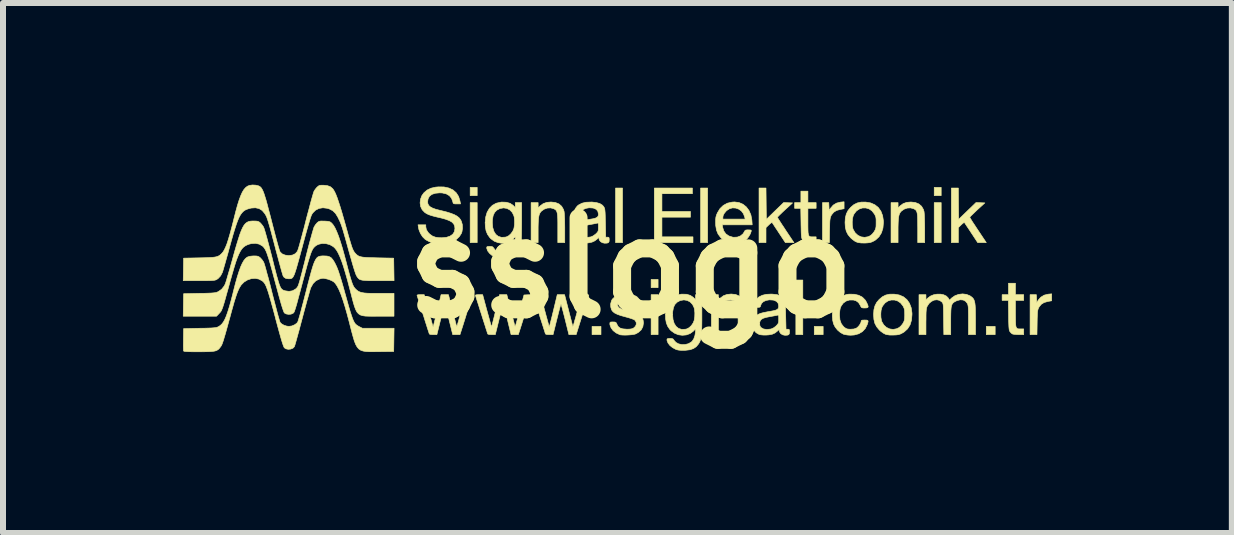
<source format=kicad_pcb>
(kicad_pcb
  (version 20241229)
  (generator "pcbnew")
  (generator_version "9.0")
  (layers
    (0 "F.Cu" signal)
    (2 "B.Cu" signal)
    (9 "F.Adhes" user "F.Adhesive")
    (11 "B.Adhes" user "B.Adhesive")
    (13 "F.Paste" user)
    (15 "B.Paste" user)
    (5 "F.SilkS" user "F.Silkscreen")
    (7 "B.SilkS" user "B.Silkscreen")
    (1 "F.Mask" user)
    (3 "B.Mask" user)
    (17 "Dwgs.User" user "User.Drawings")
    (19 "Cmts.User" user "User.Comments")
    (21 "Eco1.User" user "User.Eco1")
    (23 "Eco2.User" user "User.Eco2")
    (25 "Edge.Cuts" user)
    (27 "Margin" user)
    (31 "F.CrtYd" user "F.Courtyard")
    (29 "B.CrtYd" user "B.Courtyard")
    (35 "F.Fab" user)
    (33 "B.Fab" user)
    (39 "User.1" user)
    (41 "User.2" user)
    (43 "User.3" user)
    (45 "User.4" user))
  (footprint "sslogo"
    (layer "F.Cu")
    (at 7.467 1.418)
    (property "Reference" "sslogo" (at 0 0 0) (layer "F.SilkS") (effects (font (size 1.524 1.524) (thickness 0.3))))
    (attr through_hole)
    (fp_poly (pts (xy -2.561 -1.206) (xy -2.678 -1.206) (xy -2.678 -1.344) (xy -2.561 -1.344) (xy -2.561 -1.206)) (stroke (width 0.01) (type solid)) (fill yes) (layer "F.SilkS"))
    (fp_poly (pts (xy -2.561 -0.423) (xy -2.678 -0.423) (xy -2.678 -1.09) (xy -2.561 -1.09) (xy -2.561 -0.423)) (stroke (width 0.01) (type solid)) (fill yes) (layer "F.SilkS"))
    (fp_poly (pts (xy -0.497 1.111) (xy -0.646 1.111) (xy -0.646 0.974) (xy -0.497 0.974) (xy -0.497 1.111)) (stroke (width 0.01) (type solid)) (fill yes) (layer "F.SilkS"))
    (fp_poly (pts (xy -0.138 -0.423) (xy -0.254 -0.423) (xy -0.254 -1.333) (xy -0.138 -1.333) (xy -0.138 -0.423)) (stroke (width 0.01) (type solid)) (fill yes) (layer "F.SilkS"))
    (fp_poly (pts (xy 0.455 0.328) (xy 0.339 0.328) (xy 0.339 0.191) (xy 0.455 0.191) (xy 0.455 0.328)) (stroke (width 0.01) (type solid)) (fill yes) (layer "F.SilkS"))
    (fp_poly (pts (xy 0.455 1.111) (xy 0.339 1.111) (xy 0.339 0.445) (xy 0.455 0.445) (xy 0.455 1.111)) (stroke (width 0.01) (type solid)) (fill yes) (layer "F.SilkS"))
    (fp_poly (pts (xy 1.281 -0.423) (xy 1.164 -0.423) (xy 1.164 -1.333) (xy 1.281 -1.333) (xy 1.281 -0.423)) (stroke (width 0.01) (type solid)) (fill yes) (layer "F.SilkS"))
    (fp_poly (pts (xy 2.868 1.111) (xy 2.752 1.111) (xy 2.752 0.201) (xy 2.868 0.201) (xy 2.868 1.111)) (stroke (width 0.01) (type solid)) (fill yes) (layer "F.SilkS"))
    (fp_poly (pts (xy 3.207 1.111) (xy 3.059 1.111) (xy 3.059 0.974) (xy 3.207 0.974) (xy 3.207 1.111)) (stroke (width 0.01) (type solid)) (fill yes) (layer "F.SilkS"))
    (fp_poly (pts (xy 5.175 -1.206) (xy 5.059 -1.206) (xy 5.059 -1.344) (xy 5.175 -1.344) (xy 5.175 -1.206)) (stroke (width 0.01) (type solid)) (fill yes) (layer "F.SilkS"))
    (fp_poly (pts (xy 5.175 -0.423) (xy 5.059 -0.423) (xy 5.059 -1.09) (xy 5.175 -1.09) (xy 5.175 -0.423)) (stroke (width 0.01) (type solid)) (fill yes) (layer "F.SilkS"))
    (fp_poly (pts (xy 6.075 1.111) (xy 5.927 1.111) (xy 5.927 0.974) (xy 6.075 0.974) (xy 6.075 1.111)) (stroke (width 0.01) (type solid)) (fill yes) (layer "F.SilkS"))
    (fp_poly (pts (xy 1.027 -1.238) (xy 0.519 -1.238) (xy 0.519 -0.942) (xy 0.995 -0.942) (xy 0.995 -0.847) (xy 0.519 -0.847) (xy 0.519 -0.519) (xy 1.037 -0.519) (xy 1.037 -0.423) (xy 0.392 -0.423) (xy 0.392 -1.333) (xy 1.027 -1.333) (xy 1.027 -1.238)) (stroke (width 0.01) (type solid)) (fill yes) (layer "F.SilkS"))
    (fp_poly (pts (xy 3.556 -0.988) (xy 3.492 -0.976) (xy 3.43 -0.959) (xy 3.384 -0.93) (xy 3.349 -0.888) (xy 3.341 -0.875) (xy 3.333 -0.858) (xy 3.327 -0.84) (xy 3.323 -0.818) (xy 3.319 -0.787) (xy 3.317 -0.746) (xy 3.316 -0.69) (xy 3.314 -0.627) (xy 3.311 -0.423) (xy 3.196 -0.423) (xy 3.196 -1.09) (xy 3.301 -1.09) (xy 3.307 -0.958) (xy 3.332 -0.998) (xy 3.375 -1.048) (xy 3.431 -1.082) (xy 3.497 -1.098) (xy 3.556 -1.104) (xy 3.556 -0.988)) (stroke (width 0.01) (type solid)) (fill yes) (layer "F.SilkS"))
    (fp_poly (pts (xy 7.017 0.547) (xy 6.953 0.558) (xy 6.891 0.576) (xy 6.845 0.604) (xy 6.81 0.646) (xy 6.802 0.66) (xy 6.794 0.677) (xy 6.788 0.695) (xy 6.783 0.717) (xy 6.78 0.747) (xy 6.778 0.789) (xy 6.776 0.845) (xy 6.775 0.908) (xy 6.772 1.111) (xy 6.657 1.111) (xy 6.657 0.445) (xy 6.762 0.445) (xy 6.765 0.511) (xy 6.768 0.577) (xy 6.793 0.536) (xy 6.836 0.487) (xy 6.892 0.453) (xy 6.957 0.437) (xy 7.017 0.431) (xy 7.017 0.547)) (stroke (width 0.01) (type solid)) (fill yes) (layer "F.SilkS"))
    (fp_poly (pts (xy 2.257 -1.072) (xy 2.26 -0.811) (xy 2.404 -0.951) (xy 2.549 -1.091) (xy 2.623 -1.088) (xy 2.697 -1.085) (xy 2.571 -0.97) (xy 2.528 -0.93) (xy 2.492 -0.895) (xy 2.464 -0.868) (xy 2.448 -0.85) (xy 2.445 -0.845) (xy 2.45 -0.834) (xy 2.466 -0.808) (xy 2.491 -0.769) (xy 2.522 -0.721) (xy 2.559 -0.666) (xy 2.582 -0.63) (xy 2.72 -0.423) (xy 2.577 -0.423) (xy 2.471 -0.584) (xy 2.437 -0.636) (xy 2.406 -0.682) (xy 2.382 -0.719) (xy 2.365 -0.745) (xy 2.358 -0.756) (xy 2.346 -0.756) (xy 2.324 -0.74) (xy 2.302 -0.72) (xy 2.254 -0.673) (xy 2.254 -0.423) (xy 2.138 -0.423) (xy 2.138 -1.333) (xy 2.254 -1.333) (xy 2.257 -1.072)) (stroke (width 0.01) (type solid)) (fill yes) (layer "F.SilkS"))
    (fp_poly (pts (xy 5.463 -1.072) (xy 5.466 -0.811) (xy 5.611 -0.951) (xy 5.756 -1.091) (xy 5.83 -1.088) (xy 5.903 -1.085) (xy 5.777 -0.97) (xy 5.735 -0.93) (xy 5.699 -0.895) (xy 5.671 -0.868) (xy 5.655 -0.85) (xy 5.652 -0.845) (xy 5.657 -0.834) (xy 5.673 -0.808) (xy 5.697 -0.769) (xy 5.729 -0.721) (xy 5.765 -0.666) (xy 5.789 -0.63) (xy 5.927 -0.423) (xy 5.784 -0.423) (xy 5.678 -0.584) (xy 5.644 -0.636) (xy 5.613 -0.682) (xy 5.588 -0.719) (xy 5.571 -0.745) (xy 5.565 -0.756) (xy 5.553 -0.756) (xy 5.531 -0.74) (xy 5.509 -0.72) (xy 5.461 -0.673) (xy 5.461 -0.423) (xy 5.345 -0.423) (xy 5.345 -1.333) (xy 5.461 -1.333) (xy 5.463 -1.072)) (stroke (width 0.01) (type solid)) (fill yes) (layer "F.SilkS"))
    (fp_poly (pts (xy 2.953 -1.09) (xy 3.09 -1.09) (xy 3.09 -0.995) (xy 2.953 -0.995) (xy 2.953 -0.773) (xy 2.953 -0.694) (xy 2.954 -0.632) (xy 2.956 -0.588) (xy 2.962 -0.556) (xy 2.97 -0.536) (xy 2.983 -0.525) (xy 3 -0.52) (xy 3.024 -0.519) (xy 3.038 -0.519) (xy 3.09 -0.519) (xy 3.09 -0.423) (xy 3.008 -0.424) (xy 2.966 -0.426) (xy 2.929 -0.429) (xy 2.905 -0.433) (xy 2.903 -0.434) (xy 2.881 -0.449) (xy 2.861 -0.473) (xy 2.855 -0.484) (xy 2.85 -0.5) (xy 2.846 -0.522) (xy 2.843 -0.553) (xy 2.841 -0.597) (xy 2.84 -0.655) (xy 2.838 -0.732) (xy 2.838 -0.748) (xy 2.834 -0.995) (xy 2.731 -0.995) (xy 2.731 -1.09) (xy 2.836 -1.09) (xy 2.836 -1.281) (xy 2.953 -1.281) (xy 2.953 -1.09)) (stroke (width 0.01) (type solid)) (fill yes) (layer "F.SilkS"))
    (fp_poly (pts (xy 6.413 0.445) (xy 6.551 0.445) (xy 6.551 0.54) (xy 6.413 0.54) (xy 6.413 0.761) (xy 6.414 0.841) (xy 6.415 0.902) (xy 6.417 0.947) (xy 6.422 0.978) (xy 6.431 0.998) (xy 6.443 1.01) (xy 6.461 1.015) (xy 6.484 1.016) (xy 6.499 1.016) (xy 6.551 1.016) (xy 6.551 1.111) (xy 6.469 1.111) (xy 6.426 1.109) (xy 6.389 1.106) (xy 6.366 1.101) (xy 6.364 1.101) (xy 6.342 1.085) (xy 6.322 1.062) (xy 6.315 1.05) (xy 6.31 1.035) (xy 6.307 1.013) (xy 6.304 0.982) (xy 6.302 0.938) (xy 6.3 0.879) (xy 6.299 0.803) (xy 6.299 0.786) (xy 6.295 0.54) (xy 6.191 0.54) (xy 6.191 0.445) (xy 6.297 0.445) (xy 6.297 0.254) (xy 6.413 0.254) (xy 6.413 0.445)) (stroke (width 0.01) (type solid)) (fill yes) (layer "F.SilkS"))
    (fp_poly (pts (xy -1.258 -1.092) (xy -1.198 -1.068) (xy -1.153 -1.029) (xy -1.122 -0.975) (xy -1.112 -0.942) (xy -1.109 -0.915) (xy -1.106 -0.871) (xy -1.103 -0.814) (xy -1.102 -0.748) (xy -1.101 -0.677) (xy -1.101 -0.656) (xy -1.101 -0.423) (xy -1.217 -0.423) (xy -1.217 -0.667) (xy -1.217 -0.753) (xy -1.218 -0.821) (xy -1.221 -0.873) (xy -1.226 -0.911) (xy -1.233 -0.938) (xy -1.243 -0.958) (xy -1.257 -0.972) (xy -1.275 -0.983) (xy -1.287 -0.989) (xy -1.337 -1.002) (xy -1.392 -0.999) (xy -1.445 -0.98) (xy -1.49 -0.948) (xy -1.505 -0.931) (xy -1.518 -0.91) (xy -1.528 -0.884) (xy -1.535 -0.852) (xy -1.54 -0.809) (xy -1.543 -0.753) (xy -1.545 -0.68) (xy -1.545 -0.622) (xy -1.545 -0.423) (xy -1.662 -0.423) (xy -1.662 -1.09) (xy -1.545 -1.09) (xy -1.545 -1.001) (xy -1.511 -1.035) (xy -1.46 -1.073) (xy -1.4 -1.094) (xy -1.331 -1.1) (xy -1.258 -1.092)) (stroke (width 0.01) (type solid)) (fill yes) (layer "F.SilkS"))
    (fp_poly (pts (xy 1.748 0.442) (xy 1.807 0.467) (xy 1.853 0.506) (xy 1.884 0.559) (xy 1.893 0.593) (xy 1.897 0.62) (xy 1.9 0.663) (xy 1.902 0.72) (xy 1.904 0.786) (xy 1.905 0.857) (xy 1.905 0.879) (xy 1.905 1.111) (xy 1.789 1.111) (xy 1.789 0.867) (xy 1.788 0.781) (xy 1.787 0.714) (xy 1.785 0.662) (xy 1.78 0.624) (xy 1.773 0.596) (xy 1.763 0.577) (xy 1.749 0.562) (xy 1.731 0.551) (xy 1.719 0.545) (xy 1.668 0.532) (xy 1.614 0.536) (xy 1.561 0.555) (xy 1.516 0.587) (xy 1.501 0.604) (xy 1.488 0.625) (xy 1.478 0.65) (xy 1.47 0.683) (xy 1.466 0.726) (xy 1.463 0.782) (xy 1.461 0.854) (xy 1.461 0.913) (xy 1.46 1.111) (xy 1.344 1.111) (xy 1.344 0.445) (xy 1.46 0.445) (xy 1.46 0.533) (xy 1.495 0.5) (xy 1.546 0.462) (xy 1.605 0.441) (xy 1.674 0.434) (xy 1.748 0.442)) (stroke (width 0.01) (type solid)) (fill yes) (layer "F.SilkS"))
    (fp_poly (pts (xy 4.743 -1.092) (xy 4.802 -1.068) (xy 4.848 -1.029) (xy 4.879 -0.975) (xy 4.889 -0.942) (xy 4.892 -0.915) (xy 4.895 -0.871) (xy 4.897 -0.814) (xy 4.899 -0.748) (xy 4.9 -0.677) (xy 4.9 -0.656) (xy 4.9 -0.423) (xy 4.784 -0.423) (xy 4.784 -0.667) (xy 4.783 -0.753) (xy 4.782 -0.821) (xy 4.78 -0.873) (xy 4.775 -0.911) (xy 4.768 -0.938) (xy 4.758 -0.958) (xy 4.744 -0.972) (xy 4.726 -0.983) (xy 4.714 -0.989) (xy 4.663 -1.002) (xy 4.609 -0.999) (xy 4.556 -0.98) (xy 4.511 -0.948) (xy 4.496 -0.931) (xy 4.483 -0.91) (xy 4.473 -0.884) (xy 4.466 -0.852) (xy 4.461 -0.809) (xy 4.458 -0.753) (xy 4.456 -0.68) (xy 4.456 -0.622) (xy 4.456 -0.423) (xy 4.339 -0.423) (xy 4.339 -1.09) (xy 4.456 -1.09) (xy 4.456 -1.001) (xy 4.49 -1.035) (xy 4.541 -1.073) (xy 4.6 -1.094) (xy 4.67 -1.1) (xy 4.743 -1.092)) (stroke (width 0.01) (type solid)) (fill yes) (layer "F.SilkS"))
    (fp_poly (pts (xy 3.998 -1.085) (xy 4.069 -1.054) (xy 4.127 -1.008) (xy 4.17 -0.947) (xy 4.199 -0.871) (xy 4.212 -0.783) (xy 4.212 -0.757) (xy 4.204 -0.665) (xy 4.179 -0.586) (xy 4.138 -0.52) (xy 4.082 -0.468) (xy 4.052 -0.45) (xy 4.019 -0.434) (xy 3.988 -0.424) (xy 3.951 -0.419) (xy 3.905 -0.416) (xy 3.841 -0.417) (xy 3.791 -0.424) (xy 3.768 -0.431) (xy 3.732 -0.449) (xy 3.691 -0.48) (xy 3.666 -0.502) (xy 3.622 -0.555) (xy 3.593 -0.612) (xy 3.577 -0.678) (xy 3.572 -0.757) (xy 3.573 -0.77) (xy 3.692 -0.77) (xy 3.693 -0.712) (xy 3.702 -0.659) (xy 3.709 -0.64) (xy 3.742 -0.585) (xy 3.787 -0.544) (xy 3.84 -0.519) (xy 3.898 -0.511) (xy 3.957 -0.521) (xy 3.996 -0.54) (xy 4.023 -0.563) (xy 4.05 -0.595) (xy 4.061 -0.612) (xy 4.076 -0.639) (xy 4.084 -0.663) (xy 4.089 -0.693) (xy 4.09 -0.734) (xy 4.09 -0.757) (xy 4.09 -0.805) (xy 4.087 -0.838) (xy 4.08 -0.864) (xy 4.068 -0.889) (xy 4.061 -0.901) (xy 4.021 -0.952) (xy 3.973 -0.985) (xy 3.919 -1.001) (xy 3.864 -1.001) (xy 3.811 -0.984) (xy 3.763 -0.952) (xy 3.724 -0.903) (xy 3.709 -0.873) (xy 3.697 -0.827) (xy 3.692 -0.77) (xy 3.573 -0.77) (xy 3.577 -0.837) (xy 3.594 -0.903) (xy 3.623 -0.96) (xy 3.666 -1.011) (xy 3.719 -1.056) (xy 3.775 -1.084) (xy 3.839 -1.098) (xy 3.915 -1.099) (xy 3.998 -1.085)) (stroke (width 0.01) (type solid)) (fill yes) (layer "F.SilkS"))
    (fp_poly (pts (xy 4.475 0.45) (xy 4.545 0.48) (xy 4.603 0.527) (xy 4.646 0.588) (xy 4.675 0.663) (xy 4.688 0.751) (xy 4.688 0.778) (xy 4.68 0.87) (xy 4.656 0.949) (xy 4.615 1.014) (xy 4.558 1.066) (xy 4.528 1.084) (xy 4.495 1.101) (xy 4.464 1.111) (xy 4.427 1.116) (xy 4.381 1.118) (xy 4.317 1.118) (xy 4.268 1.111) (xy 4.244 1.104) (xy 4.208 1.085) (xy 4.167 1.055) (xy 4.143 1.033) (xy 4.099 0.98) (xy 4.069 0.923) (xy 4.053 0.856) (xy 4.048 0.778) (xy 4.049 0.764) (xy 4.168 0.764) (xy 4.17 0.823) (xy 4.179 0.875) (xy 4.185 0.894) (xy 4.218 0.95) (xy 4.263 0.991) (xy 4.316 1.016) (xy 4.374 1.024) (xy 4.433 1.013) (xy 4.472 0.994) (xy 4.499 0.972) (xy 4.527 0.939) (xy 4.538 0.922) (xy 4.552 0.896) (xy 4.561 0.871) (xy 4.565 0.841) (xy 4.567 0.8) (xy 4.567 0.778) (xy 4.566 0.73) (xy 4.563 0.696) (xy 4.556 0.67) (xy 4.544 0.645) (xy 4.538 0.633) (xy 4.498 0.583) (xy 4.449 0.55) (xy 4.395 0.534) (xy 4.34 0.534) (xy 4.287 0.55) (xy 4.239 0.583) (xy 4.2 0.631) (xy 4.185 0.661) (xy 4.173 0.707) (xy 4.168 0.764) (xy 4.049 0.764) (xy 4.053 0.698) (xy 4.07 0.632) (xy 4.099 0.575) (xy 4.143 0.523) (xy 4.196 0.479) (xy 4.251 0.451) (xy 4.315 0.437) (xy 4.391 0.436) (xy 4.475 0.45)) (stroke (width 0.01) (type solid)) (fill yes) (layer "F.SilkS"))
    (fp_poly (pts (xy 3.727 0.438) (xy 3.801 0.455) (xy 3.863 0.488) (xy 3.91 0.536) (xy 3.932 0.575) (xy 3.951 0.617) (xy 3.958 0.644) (xy 3.952 0.659) (xy 3.933 0.665) (xy 3.902 0.667) (xy 3.869 0.666) (xy 3.85 0.661) (xy 3.838 0.648) (xy 3.827 0.625) (xy 3.797 0.577) (xy 3.756 0.547) (xy 3.711 0.534) (xy 3.646 0.534) (xy 3.589 0.552) (xy 3.541 0.587) (xy 3.506 0.637) (xy 3.493 0.668) (xy 3.486 0.703) (xy 3.481 0.749) (xy 3.48 0.789) (xy 3.487 0.866) (xy 3.509 0.928) (xy 3.546 0.977) (xy 3.562 0.991) (xy 3.589 1.009) (xy 3.615 1.018) (xy 3.65 1.021) (xy 3.666 1.021) (xy 3.721 1.017) (xy 3.762 1.002) (xy 3.766 1) (xy 3.794 0.976) (xy 3.819 0.943) (xy 3.837 0.908) (xy 3.842 0.884) (xy 3.847 0.874) (xy 3.864 0.869) (xy 3.898 0.868) (xy 3.9 0.868) (xy 3.934 0.869) (xy 3.952 0.875) (xy 3.957 0.889) (xy 3.951 0.917) (xy 3.942 0.944) (xy 3.909 1.01) (xy 3.861 1.061) (xy 3.8 1.097) (xy 3.726 1.117) (xy 3.664 1.121) (xy 3.618 1.118) (xy 3.573 1.111) (xy 3.546 1.104) (xy 3.495 1.076) (xy 3.446 1.034) (xy 3.406 0.983) (xy 3.38 0.931) (xy 3.366 0.872) (xy 3.36 0.803) (xy 3.362 0.732) (xy 3.372 0.667) (xy 3.383 0.628) (xy 3.422 0.555) (xy 3.472 0.499) (xy 3.534 0.461) (xy 3.608 0.44) (xy 3.641 0.436) (xy 3.727 0.438)) (stroke (width 0.01) (type solid)) (fill yes) (layer "F.SilkS"))
    (fp_poly (pts (xy 1.804 -1.091) (xy 1.87 -1.063) (xy 1.926 -1.018) (xy 1.97 -0.959) (xy 2.002 -0.886) (xy 2.018 -0.803) (xy 2.019 -0.792) (xy 2.024 -0.72) (xy 1.525 -0.72) (xy 1.531 -0.68) (xy 1.55 -0.618) (xy 1.585 -0.569) (xy 1.635 -0.534) (xy 1.699 -0.514) (xy 1.717 -0.512) (xy 1.776 -0.515) (xy 1.829 -0.535) (xy 1.87 -0.569) (xy 1.887 -0.595) (xy 1.9 -0.619) (xy 1.914 -0.631) (xy 1.937 -0.635) (xy 1.96 -0.635) (xy 1.991 -0.634) (xy 2.006 -0.631) (xy 2.009 -0.621) (xy 2.006 -0.606) (xy 1.99 -0.564) (xy 1.964 -0.52) (xy 1.935 -0.483) (xy 1.916 -0.466) (xy 1.886 -0.448) (xy 1.849 -0.431) (xy 1.841 -0.428) (xy 1.802 -0.42) (xy 1.752 -0.415) (xy 1.699 -0.414) (xy 1.652 -0.418) (xy 1.63 -0.423) (xy 1.57 -0.449) (xy 1.516 -0.49) (xy 1.496 -0.511) (xy 1.455 -0.566) (xy 1.429 -0.63) (xy 1.416 -0.706) (xy 1.414 -0.762) (xy 1.415 -0.812) (xy 1.418 -0.842) (xy 1.535 -0.842) (xy 1.535 -0.815) (xy 1.907 -0.815) (xy 1.899 -0.849) (xy 1.878 -0.905) (xy 1.844 -0.95) (xy 1.8 -0.981) (xy 1.749 -0.999) (xy 1.696 -1.002) (xy 1.645 -0.988) (xy 1.598 -0.957) (xy 1.591 -0.95) (xy 1.557 -0.909) (xy 1.539 -0.872) (xy 1.535 -0.842) (xy 1.418 -0.842) (xy 1.419 -0.849) (xy 1.429 -0.884) (xy 1.444 -0.919) (xy 1.487 -0.99) (xy 1.542 -1.043) (xy 1.609 -1.08) (xy 1.687 -1.098) (xy 1.73 -1.101) (xy 1.804 -1.091)) (stroke (width 0.01) (type solid)) (fill yes) (layer "F.SilkS"))
    (fp_poly (pts (xy 5.596 0.44) (xy 5.654 0.463) (xy 5.69 0.489) (xy 5.707 0.507) (xy 5.72 0.527) (xy 5.729 0.553) (xy 5.737 0.586) (xy 5.742 0.629) (xy 5.745 0.686) (xy 5.746 0.758) (xy 5.747 0.848) (xy 5.747 0.862) (xy 5.747 1.111) (xy 5.63 1.111) (xy 5.63 0.87) (xy 5.63 0.791) (xy 5.629 0.729) (xy 5.628 0.683) (xy 5.626 0.649) (xy 5.622 0.625) (xy 5.618 0.607) (xy 5.612 0.593) (xy 5.582 0.555) (xy 5.542 0.534) (xy 5.493 0.53) (xy 5.439 0.544) (xy 5.419 0.553) (xy 5.393 0.567) (xy 5.374 0.582) (xy 5.359 0.601) (xy 5.348 0.627) (xy 5.341 0.661) (xy 5.337 0.708) (xy 5.335 0.769) (xy 5.334 0.847) (xy 5.334 0.881) (xy 5.334 1.111) (xy 5.219 1.111) (xy 5.215 0.853) (xy 5.214 0.772) (xy 5.213 0.71) (xy 5.212 0.664) (xy 5.21 0.63) (xy 5.207 0.607) (xy 5.203 0.592) (xy 5.198 0.581) (xy 5.191 0.572) (xy 5.187 0.567) (xy 5.148 0.54) (xy 5.103 0.53) (xy 5.056 0.536) (xy 5.011 0.558) (xy 4.971 0.593) (xy 4.941 0.64) (xy 4.934 0.657) (xy 4.929 0.678) (xy 4.926 0.704) (xy 4.923 0.741) (xy 4.922 0.79) (xy 4.922 0.856) (xy 4.921 0.897) (xy 4.921 1.111) (xy 4.805 1.111) (xy 4.805 0.445) (xy 4.921 0.445) (xy 4.921 0.532) (xy 4.95 0.503) (xy 4.995 0.469) (xy 5.048 0.447) (xy 5.106 0.436) (xy 5.164 0.436) (xy 5.217 0.447) (xy 5.262 0.469) (xy 5.293 0.501) (xy 5.297 0.508) (xy 5.312 0.537) (xy 5.353 0.498) (xy 5.405 0.462) (xy 5.466 0.44) (xy 5.532 0.432) (xy 5.596 0.44)) (stroke (width 0.01) (type solid)) (fill yes) (layer "F.SilkS"))
    (fp_poly (pts (xy -3.371 0.712) (xy -3.352 0.783) (xy -3.334 0.848) (xy -3.319 0.903) (xy -3.307 0.946) (xy -3.299 0.973) (xy -3.296 0.982) (xy -3.293 0.973) (xy -3.286 0.946) (xy -3.275 0.904) (xy -3.261 0.849) (xy -3.245 0.785) (xy -3.228 0.715) (xy -3.163 0.445) (xy -3.04 0.445) (xy -2.975 0.701) (xy -2.957 0.772) (xy -2.94 0.836) (xy -2.926 0.891) (xy -2.915 0.933) (xy -2.908 0.96) (xy -2.906 0.968) (xy -2.904 0.972) (xy -2.901 0.971) (xy -2.897 0.963) (xy -2.891 0.947) (xy -2.883 0.919) (xy -2.871 0.878) (xy -2.856 0.822) (xy -2.836 0.749) (xy -2.822 0.699) (xy -2.755 0.45) (xy -2.694 0.447) (xy -2.662 0.446) (xy -2.642 0.448) (xy -2.638 0.452) (xy -2.643 0.464) (xy -2.653 0.494) (xy -2.666 0.536) (xy -2.683 0.587) (xy -2.693 0.619) (xy -2.715 0.69) (xy -2.741 0.772) (xy -2.767 0.856) (xy -2.791 0.932) (xy -2.795 0.945) (xy -2.848 1.111) (xy -2.969 1.111) (xy -3.032 0.857) (xy -3.05 0.787) (xy -3.066 0.725) (xy -3.08 0.673) (xy -3.091 0.633) (xy -3.098 0.609) (xy -3.101 0.603) (xy -3.105 0.613) (xy -3.113 0.641) (xy -3.125 0.683) (xy -3.14 0.738) (xy -3.156 0.803) (xy -3.17 0.857) (xy -3.233 1.111) (xy -3.294 1.111) (xy -3.335 1.109) (xy -3.357 1.102) (xy -3.36 1.098) (xy -3.364 1.085) (xy -3.374 1.054) (xy -3.389 1.009) (xy -3.407 0.951) (xy -3.429 0.883) (xy -3.452 0.808) (xy -3.462 0.778) (xy -3.486 0.701) (xy -3.509 0.63) (xy -3.528 0.568) (xy -3.545 0.517) (xy -3.556 0.48) (xy -3.563 0.46) (xy -3.564 0.458) (xy -3.56 0.45) (xy -3.541 0.446) (xy -3.506 0.445) (xy -3.444 0.445) (xy -3.371 0.712)) (stroke (width 0.01) (type solid)) (fill yes) (layer "F.SilkS"))
    (fp_poly (pts (xy -2.398 0.712) (xy -2.378 0.783) (xy -2.36 0.848) (xy -2.345 0.903) (xy -2.333 0.946) (xy -2.326 0.973) (xy -2.323 0.982) (xy -2.32 0.973) (xy -2.312 0.946) (xy -2.301 0.904) (xy -2.287 0.849) (xy -2.271 0.785) (xy -2.254 0.715) (xy -2.189 0.445) (xy -2.067 0.445) (xy -2.001 0.701) (xy -1.983 0.772) (xy -1.967 0.836) (xy -1.952 0.891) (xy -1.942 0.933) (xy -1.934 0.96) (xy -1.932 0.968) (xy -1.93 0.972) (xy -1.928 0.971) (xy -1.924 0.963) (xy -1.918 0.947) (xy -1.909 0.919) (xy -1.898 0.878) (xy -1.882 0.822) (xy -1.862 0.749) (xy -1.849 0.699) (xy -1.781 0.45) (xy -1.72 0.447) (xy -1.689 0.446) (xy -1.669 0.448) (xy -1.665 0.452) (xy -1.669 0.464) (xy -1.679 0.494) (xy -1.693 0.536) (xy -1.709 0.587) (xy -1.719 0.619) (xy -1.742 0.69) (xy -1.767 0.772) (xy -1.794 0.856) (xy -1.818 0.932) (xy -1.822 0.945) (xy -1.875 1.111) (xy -1.996 1.111) (xy -2.058 0.857) (xy -2.076 0.787) (xy -2.092 0.725) (xy -2.106 0.673) (xy -2.117 0.633) (xy -2.125 0.609) (xy -2.127 0.603) (xy -2.131 0.613) (xy -2.14 0.641) (xy -2.151 0.683) (xy -2.166 0.738) (xy -2.182 0.803) (xy -2.196 0.857) (xy -2.259 1.111) (xy -2.32 1.111) (xy -2.361 1.109) (xy -2.383 1.102) (xy -2.386 1.098) (xy -2.391 1.085) (xy -2.4 1.054) (xy -2.415 1.009) (xy -2.433 0.951) (xy -2.455 0.883) (xy -2.479 0.808) (xy -2.488 0.778) (xy -2.513 0.701) (xy -2.535 0.63) (xy -2.555 0.568) (xy -2.571 0.517) (xy -2.583 0.48) (xy -2.589 0.46) (xy -2.59 0.458) (xy -2.587 0.45) (xy -2.567 0.446) (xy -2.533 0.445) (xy -2.47 0.445) (xy -2.398 0.712)) (stroke (width 0.01) (type solid)) (fill yes) (layer "F.SilkS"))
    (fp_poly (pts (xy -1.434 0.712) (xy -1.415 0.783) (xy -1.397 0.848) (xy -1.382 0.903) (xy -1.37 0.946) (xy -1.363 0.973) (xy -1.36 0.982) (xy -1.356 0.973) (xy -1.349 0.946) (xy -1.338 0.904) (xy -1.324 0.849) (xy -1.308 0.785) (xy -1.291 0.715) (xy -1.226 0.445) (xy -1.104 0.445) (xy -1.038 0.701) (xy -1.02 0.772) (xy -1.003 0.836) (xy -0.989 0.891) (xy -0.978 0.933) (xy -0.971 0.96) (xy -0.969 0.968) (xy -0.967 0.972) (xy -0.964 0.971) (xy -0.961 0.963) (xy -0.955 0.947) (xy -0.946 0.919) (xy -0.935 0.878) (xy -0.919 0.822) (xy -0.899 0.749) (xy -0.885 0.699) (xy -0.818 0.45) (xy -0.757 0.447) (xy -0.726 0.446) (xy -0.706 0.448) (xy -0.701 0.452) (xy -0.706 0.464) (xy -0.716 0.494) (xy -0.73 0.536) (xy -0.746 0.587) (xy -0.756 0.619) (xy -0.778 0.69) (xy -0.804 0.772) (xy -0.831 0.856) (xy -0.855 0.932) (xy -0.859 0.945) (xy -0.911 1.111) (xy -1.032 1.111) (xy -1.095 0.857) (xy -1.113 0.787) (xy -1.129 0.725) (xy -1.143 0.673) (xy -1.154 0.633) (xy -1.161 0.609) (xy -1.164 0.603) (xy -1.168 0.613) (xy -1.177 0.641) (xy -1.188 0.683) (xy -1.203 0.738) (xy -1.219 0.803) (xy -1.233 0.857) (xy -1.296 1.111) (xy -1.357 1.111) (xy -1.398 1.109) (xy -1.42 1.102) (xy -1.423 1.098) (xy -1.428 1.085) (xy -1.437 1.054) (xy -1.452 1.009) (xy -1.47 0.951) (xy -1.492 0.883) (xy -1.516 0.808) (xy -1.525 0.778) (xy -1.549 0.701) (xy -1.572 0.63) (xy -1.592 0.568) (xy -1.608 0.517) (xy -1.62 0.48) (xy -1.626 0.46) (xy -1.627 0.458) (xy -1.624 0.45) (xy -1.604 0.446) (xy -1.569 0.445) (xy -1.507 0.445) (xy -1.434 0.712)) (stroke (width 0.01) (type solid)) (fill yes) (layer "F.SilkS"))
    (fp_poly (pts (xy -0.026 0.436) (xy 0.036 0.448) (xy 0.088 0.471) (xy 0.108 0.485) (xy 0.136 0.517) (xy 0.161 0.558) (xy 0.176 0.599) (xy 0.18 0.622) (xy 0.178 0.636) (xy 0.168 0.643) (xy 0.145 0.645) (xy 0.127 0.646) (xy 0.095 0.645) (xy 0.077 0.639) (xy 0.066 0.625) (xy 0.059 0.609) (xy 0.035 0.571) (xy -0.003 0.546) (xy -0.054 0.533) (xy -0.107 0.532) (xy -0.153 0.542) (xy -0.19 0.561) (xy -0.213 0.587) (xy -0.22 0.619) (xy -0.218 0.628) (xy -0.209 0.648) (xy -0.191 0.666) (xy -0.161 0.682) (xy -0.116 0.698) (xy -0.054 0.715) (xy -0.035 0.72) (xy 0.048 0.744) (xy 0.111 0.769) (xy 0.157 0.796) (xy 0.188 0.828) (xy 0.205 0.866) (xy 0.211 0.911) (xy 0.211 0.917) (xy 0.201 0.979) (xy 0.173 1.032) (xy 0.125 1.075) (xy 0.079 1.1) (xy 0.053 1.107) (xy 0.011 1.113) (xy -0.038 1.117) (xy -0.089 1.119) (xy -0.135 1.118) (xy -0.17 1.115) (xy -0.18 1.113) (xy -0.243 1.084) (xy -0.294 1.045) (xy -0.329 0.998) (xy -0.348 0.947) (xy -0.349 0.925) (xy -0.347 0.91) (xy -0.338 0.902) (xy -0.316 0.9) (xy -0.298 0.9) (xy -0.267 0.901) (xy -0.249 0.907) (xy -0.238 0.922) (xy -0.23 0.941) (xy -0.21 0.977) (xy -0.179 1.001) (xy -0.134 1.015) (xy -0.074 1.02) (xy -0.063 1.021) (xy -0.013 1.019) (xy 0.021 1.013) (xy 0.046 1.002) (xy 0.046 1.002) (xy 0.078 0.972) (xy 0.092 0.937) (xy 0.089 0.902) (xy 0.069 0.872) (xy 0.058 0.863) (xy 0.037 0.854) (xy 0.001 0.841) (xy -0.045 0.827) (xy -0.092 0.814) (xy -0.168 0.793) (xy -0.226 0.772) (xy -0.269 0.751) (xy -0.299 0.727) (xy -0.32 0.699) (xy -0.32 0.699) (xy -0.334 0.652) (xy -0.336 0.599) (xy -0.323 0.549) (xy -0.309 0.521) (xy -0.272 0.486) (xy -0.221 0.46) (xy -0.159 0.443) (xy -0.093 0.435) (xy -0.026 0.436)) (stroke (width 0.01) (type solid)) (fill yes) (layer "F.SilkS"))
    (fp_poly (pts (xy -3.115 -1.351) (xy -3.033 -1.333) (xy -2.964 -1.301) (xy -2.91 -1.253) (xy -2.871 -1.192) (xy -2.848 -1.117) (xy -2.839 -1.069) (xy -2.9 -1.069) (xy -2.934 -1.069) (xy -2.953 -1.073) (xy -2.962 -1.082) (xy -2.967 -1.101) (xy -2.967 -1.103) (xy -2.988 -1.161) (xy -3.024 -1.205) (xy -3.075 -1.235) (xy -3.142 -1.251) (xy -3.186 -1.253) (xy -3.26 -1.246) (xy -3.317 -1.227) (xy -3.357 -1.196) (xy -3.38 -1.152) (xy -3.387 -1.105) (xy -3.383 -1.071) (xy -3.369 -1.043) (xy -3.343 -1.019) (xy -3.304 -0.998) (xy -3.248 -0.978) (xy -3.173 -0.959) (xy -3.168 -0.958) (xy -3.075 -0.935) (xy -3.001 -0.912) (xy -2.942 -0.889) (xy -2.898 -0.865) (xy -2.864 -0.838) (xy -2.839 -0.806) (xy -2.825 -0.779) (xy -2.809 -0.724) (xy -2.806 -0.663) (xy -2.815 -0.603) (xy -2.824 -0.577) (xy -2.859 -0.523) (xy -2.909 -0.475) (xy -2.969 -0.439) (xy -2.984 -0.432) (xy -3.047 -0.415) (xy -3.121 -0.406) (xy -3.198 -0.405) (xy -3.271 -0.412) (xy -3.32 -0.423) (xy -3.364 -0.441) (xy -3.407 -0.464) (xy -3.431 -0.48) (xy -3.472 -0.521) (xy -3.507 -0.576) (xy -3.532 -0.637) (xy -3.54 -0.675) (xy -3.547 -0.72) (xy -3.418 -0.72) (xy -3.418 -0.687) (xy -3.408 -0.637) (xy -3.376 -0.589) (xy -3.351 -0.564) (xy -3.308 -0.533) (xy -3.259 -0.514) (xy -3.199 -0.505) (xy -3.149 -0.504) (xy -3.074 -0.511) (xy -3.014 -0.531) (xy -2.969 -0.562) (xy -2.941 -0.605) (xy -2.932 -0.658) (xy -2.932 -0.659) (xy -2.937 -0.701) (xy -2.953 -0.735) (xy -2.982 -0.765) (xy -3.026 -0.79) (xy -3.087 -0.813) (xy -3.167 -0.835) (xy -3.191 -0.84) (xy -3.267 -0.858) (xy -3.325 -0.874) (xy -3.371 -0.89) (xy -3.406 -0.907) (xy -3.435 -0.926) (xy -3.437 -0.928) (xy -3.478 -0.971) (xy -3.504 -1.025) (xy -3.513 -1.085) (xy -3.506 -1.147) (xy -3.483 -1.207) (xy -3.449 -1.254) (xy -3.396 -1.299) (xy -3.332 -1.33) (xy -3.254 -1.348) (xy -3.209 -1.352) (xy -3.115 -1.351)) (stroke (width 0.01) (type solid)) (fill yes) (layer "F.SilkS"))
    (fp_poly (pts (xy -2.076 -1.096) (xy -2.012 -1.078) (xy -1.962 -1.044) (xy -1.961 -1.043) (xy -1.926 -1.008) (xy -1.926 -1.09) (xy -1.82 -1.09) (xy -1.82 -0.764) (xy -1.821 -0.656) (xy -1.822 -0.568) (xy -1.824 -0.496) (xy -1.827 -0.438) (xy -1.832 -0.391) (xy -1.839 -0.354) (xy -1.848 -0.323) (xy -1.859 -0.297) (xy -1.873 -0.273) (xy -1.878 -0.266) (xy -1.915 -0.222) (xy -1.961 -0.191) (xy -2.018 -0.172) (xy -2.091 -0.163) (xy -2.11 -0.162) (xy -2.164 -0.161) (xy -2.204 -0.164) (xy -2.237 -0.172) (xy -2.259 -0.179) (xy -2.311 -0.207) (xy -2.354 -0.243) (xy -2.386 -0.284) (xy -2.401 -0.325) (xy -2.402 -0.338) (xy -2.4 -0.351) (xy -2.388 -0.358) (xy -2.361 -0.36) (xy -2.352 -0.36) (xy -2.32 -0.358) (xy -2.301 -0.351) (xy -2.287 -0.334) (xy -2.284 -0.329) (xy -2.253 -0.293) (xy -2.208 -0.27) (xy -2.156 -0.258) (xy -2.101 -0.258) (xy -2.047 -0.271) (xy -2 -0.297) (xy -1.983 -0.313) (xy -1.955 -0.355) (xy -1.935 -0.411) (xy -1.926 -0.473) (xy -1.926 -0.487) (xy -1.926 -0.519) (xy -1.966 -0.479) (xy -2.019 -0.44) (xy -2.08 -0.418) (xy -2.146 -0.412) (xy -2.213 -0.422) (xy -2.277 -0.447) (xy -2.333 -0.488) (xy -2.352 -0.508) (xy -2.389 -0.561) (xy -2.413 -0.62) (xy -2.425 -0.689) (xy -2.428 -0.756) (xy -2.309 -0.756) (xy -2.302 -0.676) (xy -2.282 -0.61) (xy -2.251 -0.56) (xy -2.209 -0.527) (xy -2.156 -0.511) (xy -2.095 -0.514) (xy -2.072 -0.519) (xy -2.033 -0.539) (xy -1.996 -0.574) (xy -1.965 -0.619) (xy -1.948 -0.661) (xy -1.939 -0.72) (xy -1.938 -0.784) (xy -1.943 -0.845) (xy -1.95 -0.872) (xy -1.976 -0.926) (xy -2.016 -0.967) (xy -2.065 -0.993) (xy -2.121 -1.002) (xy -2.179 -0.992) (xy -2.184 -0.991) (xy -2.235 -0.963) (xy -2.271 -0.925) (xy -2.295 -0.873) (xy -2.307 -0.806) (xy -2.309 -0.756) (xy -2.428 -0.756) (xy -2.428 -0.757) (xy -2.419 -0.85) (xy -2.395 -0.93) (xy -2.357 -0.995) (xy -2.306 -1.046) (xy -2.243 -1.08) (xy -2.167 -1.097) (xy -2.154 -1.099) (xy -2.076 -1.096)) (stroke (width 0.01) (type solid)) (fill yes) (layer "F.SilkS"))
    (fp_poly (pts (xy 0.93 0.438) (xy 0.993 0.457) (xy 1.043 0.491) (xy 1.044 0.492) (xy 1.079 0.527) (xy 1.079 0.445) (xy 1.185 0.445) (xy 1.185 0.771) (xy 1.185 0.878) (xy 1.184 0.967) (xy 1.182 1.039) (xy 1.179 1.097) (xy 1.174 1.144) (xy 1.167 1.181) (xy 1.158 1.212) (xy 1.146 1.238) (xy 1.132 1.262) (xy 1.128 1.268) (xy 1.091 1.312) (xy 1.045 1.343) (xy 0.988 1.363) (xy 0.915 1.372) (xy 0.895 1.373) (xy 0.842 1.373) (xy 0.802 1.37) (xy 0.768 1.363) (xy 0.747 1.355) (xy 0.695 1.327) (xy 0.651 1.291) (xy 0.62 1.25) (xy 0.604 1.209) (xy 0.603 1.196) (xy 0.606 1.183) (xy 0.618 1.177) (xy 0.644 1.175) (xy 0.654 1.175) (xy 0.686 1.176) (xy 0.705 1.184) (xy 0.718 1.2) (xy 0.721 1.206) (xy 0.753 1.241) (xy 0.797 1.265) (xy 0.85 1.277) (xy 0.905 1.276) (xy 0.959 1.263) (xy 1.005 1.237) (xy 1.023 1.222) (xy 1.051 1.179) (xy 1.07 1.123) (xy 1.079 1.061) (xy 1.079 1.047) (xy 1.079 1.016) (xy 1.04 1.056) (xy 0.987 1.094) (xy 0.926 1.116) (xy 0.859 1.122) (xy 0.792 1.113) (xy 0.729 1.087) (xy 0.673 1.047) (xy 0.653 1.027) (xy 0.616 0.974) (xy 0.592 0.915) (xy 0.58 0.846) (xy 0.578 0.778) (xy 0.697 0.778) (xy 0.704 0.859) (xy 0.723 0.924) (xy 0.755 0.974) (xy 0.797 1.008) (xy 0.849 1.024) (xy 0.91 1.021) (xy 0.933 1.016) (xy 0.973 0.995) (xy 1.01 0.96) (xy 1.04 0.916) (xy 1.057 0.873) (xy 1.066 0.815) (xy 1.068 0.75) (xy 1.062 0.69) (xy 1.056 0.663) (xy 1.03 0.609) (xy 0.99 0.567) (xy 0.94 0.541) (xy 0.885 0.532) (xy 0.827 0.542) (xy 0.821 0.544) (xy 0.771 0.571) (xy 0.734 0.61) (xy 0.711 0.661) (xy 0.699 0.728) (xy 0.697 0.778) (xy 0.578 0.778) (xy 0.578 0.778) (xy 0.587 0.685) (xy 0.61 0.605) (xy 0.648 0.539) (xy 0.699 0.489) (xy 0.763 0.455) (xy 0.839 0.437) (xy 0.852 0.436) (xy 0.93 0.438)) (stroke (width 0.01) (type solid)) (fill yes) (layer "F.SilkS"))
    (fp_poly (pts (xy -0.643 -1.099) (xy -0.571 -1.09) (xy -0.516 -1.074) (xy -0.474 -1.048) (xy -0.452 -1.023) (xy -0.445 -1.011) (xy -0.439 -0.998) (xy -0.434 -0.98) (xy -0.431 -0.956) (xy -0.428 -0.921) (xy -0.426 -0.873) (xy -0.425 -0.809) (xy -0.423 -0.751) (xy -0.418 -0.513) (xy -0.389 -0.514) (xy -0.371 -0.512) (xy -0.362 -0.503) (xy -0.36 -0.48) (xy -0.36 -0.47) (xy -0.362 -0.44) (xy -0.373 -0.423) (xy -0.395 -0.415) (xy -0.435 -0.413) (xy -0.435 -0.413) (xy -0.474 -0.421) (xy -0.506 -0.441) (xy -0.526 -0.469) (xy -0.529 -0.488) (xy -0.53 -0.503) (xy -0.535 -0.505) (xy -0.55 -0.492) (xy -0.558 -0.485) (xy -0.601 -0.452) (xy -0.647 -0.431) (xy -0.703 -0.419) (xy -0.746 -0.416) (xy -0.797 -0.416) (xy -0.84 -0.42) (xy -0.865 -0.426) (xy -0.917 -0.456) (xy -0.954 -0.498) (xy -0.977 -0.549) (xy -0.983 -0.604) (xy -0.982 -0.607) (xy -0.857 -0.607) (xy -0.853 -0.569) (xy -0.839 -0.545) (xy -0.836 -0.542) (xy -0.792 -0.518) (xy -0.736 -0.509) (xy -0.673 -0.517) (xy -0.662 -0.52) (xy -0.628 -0.535) (xy -0.593 -0.56) (xy -0.58 -0.571) (xy -0.558 -0.594) (xy -0.546 -0.613) (xy -0.541 -0.636) (xy -0.54 -0.671) (xy -0.54 -0.683) (xy -0.54 -0.72) (xy -0.542 -0.741) (xy -0.548 -0.749) (xy -0.558 -0.748) (xy -0.564 -0.747) (xy -0.585 -0.742) (xy -0.62 -0.735) (xy -0.664 -0.727) (xy -0.681 -0.724) (xy -0.748 -0.711) (xy -0.796 -0.697) (xy -0.829 -0.679) (xy -0.848 -0.656) (xy -0.856 -0.626) (xy -0.857 -0.607) (xy -0.982 -0.607) (xy -0.972 -0.659) (xy -0.943 -0.711) (xy -0.935 -0.72) (xy -0.91 -0.743) (xy -0.881 -0.762) (xy -0.844 -0.777) (xy -0.794 -0.791) (xy -0.729 -0.804) (xy -0.688 -0.811) (xy -0.628 -0.821) (xy -0.587 -0.832) (xy -0.561 -0.846) (xy -0.546 -0.863) (xy -0.54 -0.886) (xy -0.54 -0.9) (xy -0.549 -0.944) (xy -0.575 -0.977) (xy -0.618 -0.997) (xy -0.634 -1) (xy -0.695 -1.004) (xy -0.75 -0.994) (xy -0.795 -0.973) (xy -0.826 -0.942) (xy -0.84 -0.91) (xy -0.845 -0.891) (xy -0.855 -0.882) (xy -0.876 -0.879) (xy -0.899 -0.878) (xy -0.931 -0.879) (xy -0.947 -0.883) (xy -0.952 -0.894) (xy -0.953 -0.907) (xy -0.944 -0.948) (xy -0.923 -0.993) (xy -0.892 -1.033) (xy -0.87 -1.051) (xy -0.814 -1.08) (xy -0.746 -1.096) (xy -0.664 -1.099) (xy -0.643 -1.099)) (stroke (width 0.01) (type solid)) (fill yes) (layer "F.SilkS"))
    (fp_poly (pts (xy 2.363 0.436) (xy 2.435 0.444) (xy 2.49 0.461) (xy 2.531 0.487) (xy 2.553 0.512) (xy 2.561 0.524) (xy 2.567 0.537) (xy 2.571 0.554) (xy 2.575 0.579) (xy 2.577 0.614) (xy 2.579 0.662) (xy 2.581 0.726) (xy 2.582 0.783) (xy 2.588 1.021) (xy 2.617 1.021) (xy 2.635 1.022) (xy 2.644 1.032) (xy 2.646 1.054) (xy 2.646 1.065) (xy 2.643 1.095) (xy 2.633 1.112) (xy 2.61 1.12) (xy 2.571 1.122) (xy 2.57 1.122) (xy 2.532 1.114) (xy 2.5 1.094) (xy 2.48 1.065) (xy 2.477 1.046) (xy 2.476 1.032) (xy 2.47 1.03) (xy 2.456 1.042) (xy 2.447 1.05) (xy 2.405 1.083) (xy 2.359 1.104) (xy 2.302 1.115) (xy 2.26 1.118) (xy 2.209 1.118) (xy 2.166 1.114) (xy 2.14 1.108) (xy 2.089 1.079) (xy 2.051 1.036) (xy 2.029 0.986) (xy 2.023 0.931) (xy 2.023 0.928) (xy 2.148 0.928) (xy 2.153 0.965) (xy 2.167 0.99) (xy 2.17 0.992) (xy 2.214 1.017) (xy 2.269 1.025) (xy 2.333 1.018) (xy 2.344 1.015) (xy 2.378 1) (xy 2.413 0.975) (xy 2.426 0.963) (xy 2.447 0.94) (xy 2.459 0.921) (xy 2.465 0.898) (xy 2.466 0.863) (xy 2.466 0.852) (xy 2.466 0.814) (xy 2.463 0.794) (xy 2.458 0.786) (xy 2.447 0.786) (xy 2.442 0.788) (xy 2.421 0.792) (xy 2.386 0.799) (xy 2.342 0.807) (xy 2.325 0.81) (xy 2.258 0.823) (xy 2.209 0.838) (xy 2.177 0.856) (xy 2.158 0.879) (xy 2.149 0.909) (xy 2.148 0.928) (xy 2.023 0.928) (xy 2.034 0.875) (xy 2.063 0.824) (xy 2.071 0.814) (xy 2.095 0.791) (xy 2.125 0.773) (xy 2.162 0.757) (xy 2.211 0.744) (xy 2.276 0.731) (xy 2.318 0.724) (xy 2.377 0.713) (xy 2.419 0.702) (xy 2.445 0.689) (xy 2.46 0.671) (xy 2.465 0.648) (xy 2.466 0.634) (xy 2.457 0.59) (xy 2.431 0.558) (xy 2.387 0.538) (xy 2.372 0.535) (xy 2.311 0.531) (xy 2.256 0.541) (xy 2.211 0.561) (xy 2.179 0.592) (xy 2.166 0.624) (xy 2.161 0.643) (xy 2.151 0.653) (xy 2.13 0.656) (xy 2.106 0.656) (xy 2.075 0.655) (xy 2.059 0.651) (xy 2.054 0.64) (xy 2.053 0.628) (xy 2.061 0.586) (xy 2.083 0.542) (xy 2.114 0.502) (xy 2.136 0.483) (xy 2.192 0.455) (xy 2.26 0.439) (xy 2.342 0.435) (xy 2.363 0.436)) (stroke (width 0.01) (type solid)) (fill yes) (layer "F.SilkS"))
    (fp_poly (pts (xy -6.255 -1.381) (xy -6.208 -1.37) (xy -6.186 -1.359) (xy -6.172 -1.348) (xy -6.159 -1.333) (xy -6.146 -1.311) (xy -6.132 -1.283) (xy -6.117 -1.245) (xy -6.101 -1.195) (xy -6.082 -1.134) (xy -6.061 -1.058) (xy -6.037 -0.965) (xy -6.008 -0.856) (xy -5.985 -0.766) (xy -5.96 -0.669) (xy -5.936 -0.577) (xy -5.914 -0.494) (xy -5.894 -0.42) (xy -5.877 -0.359) (xy -5.863 -0.312) (xy -5.853 -0.281) (xy -5.848 -0.27) (xy -5.814 -0.236) (xy -5.764 -0.215) (xy -5.704 -0.207) (xy -5.642 -0.215) (xy -5.594 -0.238) (xy -5.56 -0.276) (xy -5.559 -0.278) (xy -5.552 -0.295) (xy -5.54 -0.33) (xy -5.525 -0.382) (xy -5.507 -0.447) (xy -5.486 -0.524) (xy -5.463 -0.61) (xy -5.438 -0.704) (xy -5.42 -0.777) (xy -5.395 -0.874) (xy -5.37 -0.966) (xy -5.348 -1.05) (xy -5.328 -1.125) (xy -5.31 -1.188) (xy -5.296 -1.236) (xy -5.286 -1.268) (xy -5.281 -1.28) (xy -5.26 -1.313) (xy -5.233 -1.345) (xy -5.228 -1.349) (xy -5.209 -1.366) (xy -5.19 -1.376) (xy -5.165 -1.38) (xy -5.126 -1.38) (xy -5.122 -1.38) (xy -5.059 -1.373) (xy -5.009 -1.355) (xy -4.971 -1.323) (xy -4.957 -1.304) (xy -4.938 -1.272) (xy -4.918 -1.229) (xy -4.896 -1.173) (xy -4.872 -1.102) (xy -4.844 -1.016) (xy -4.813 -0.913) (xy -4.778 -0.791) (xy -4.756 -0.712) (xy -4.727 -0.608) (xy -4.703 -0.522) (xy -4.682 -0.452) (xy -4.665 -0.396) (xy -4.651 -0.352) (xy -4.638 -0.318) (xy -4.626 -0.292) (xy -4.614 -0.271) (xy -4.601 -0.254) (xy -4.589 -0.24) (xy -4.57 -0.221) (xy -4.551 -0.207) (xy -4.529 -0.195) (xy -4.501 -0.187) (xy -4.464 -0.18) (xy -4.416 -0.176) (xy -4.354 -0.173) (xy -4.275 -0.171) (xy -4.217 -0.169) (xy -3.953 -0.164) (xy -3.947 0.212) (xy -4.215 0.212) (xy -4.304 0.211) (xy -4.375 0.211) (xy -4.43 0.208) (xy -4.472 0.204) (xy -4.503 0.197) (xy -4.526 0.187) (xy -4.543 0.172) (xy -4.558 0.154) (xy -4.573 0.13) (xy -4.575 0.125) (xy -4.585 0.103) (xy -4.599 0.063) (xy -4.617 0.007) (xy -4.638 -0.063) (xy -4.661 -0.144) (xy -4.687 -0.234) (xy -4.704 -0.295) (xy -4.733 -0.4) (xy -4.757 -0.488) (xy -4.778 -0.561) (xy -4.795 -0.62) (xy -4.81 -0.669) (xy -4.824 -0.71) (xy -4.837 -0.745) (xy -4.85 -0.776) (xy -4.865 -0.807) (xy -4.881 -0.84) (xy -4.884 -0.847) (xy -4.923 -0.91) (xy -4.969 -0.955) (xy -5.025 -0.984) (xy -5.06 -0.995) (xy -5.133 -1.004) (xy -5.199 -0.993) (xy -5.256 -0.964) (xy -5.303 -0.917) (xy -5.317 -0.895) (xy -5.328 -0.872) (xy -5.342 -0.832) (xy -5.36 -0.773) (xy -5.383 -0.696) (xy -5.41 -0.601) (xy -5.442 -0.485) (xy -5.476 -0.357) (xy -5.508 -0.239) (xy -5.535 -0.139) (xy -5.558 -0.057) (xy -5.577 0.01) (xy -5.594 0.063) (xy -5.608 0.104) (xy -5.622 0.134) (xy -5.634 0.154) (xy -5.647 0.168) (xy -5.66 0.175) (xy -5.675 0.179) (xy -5.693 0.18) (xy -5.708 0.18) (xy -5.751 0.174) (xy -5.781 0.155) (xy -5.797 0.132) (xy -5.802 0.118) (xy -5.812 0.085) (xy -5.826 0.036) (xy -5.843 -0.026) (xy -5.863 -0.099) (xy -5.885 -0.181) (xy -5.909 -0.27) (xy -5.916 -0.296) (xy -5.947 -0.416) (xy -5.974 -0.517) (xy -5.996 -0.601) (xy -6.015 -0.67) (xy -6.031 -0.726) (xy -6.044 -0.77) (xy -6.055 -0.805) (xy -6.065 -0.833) (xy -6.073 -0.855) (xy -6.082 -0.872) (xy -6.09 -0.888) (xy -6.1 -0.903) (xy -6.103 -0.908) (xy -6.146 -0.959) (xy -6.198 -0.991) (xy -6.259 -1.004) (xy -6.33 -0.999) (xy -6.369 -0.989) (xy -6.402 -0.978) (xy -6.432 -0.964) (xy -6.459 -0.945) (xy -6.483 -0.92) (xy -6.507 -0.888) (xy -6.53 -0.846) (xy -6.553 -0.793) (xy -6.577 -0.728) (xy -6.603 -0.648) (xy -6.632 -0.553) (xy -6.664 -0.44) (xy -6.695 -0.328) (xy -6.718 -0.242) (xy -6.741 -0.162) (xy -6.761 -0.09) (xy -6.779 -0.028) (xy -6.793 0.021) (xy -6.803 0.054) (xy -6.807 0.069) (xy -6.839 0.131) (xy -6.881 0.176) (xy -6.902 0.19) (xy -6.915 0.197) (xy -6.93 0.202) (xy -6.949 0.206) (xy -6.974 0.208) (xy -7.01 0.21) (xy -7.059 0.211) (xy -7.123 0.212) (xy -7.201 0.212) (xy -7.462 0.212) (xy -7.459 0.024) (xy -7.456 -0.164) (xy -7.191 -0.169) (xy -7.102 -0.171) (xy -7.031 -0.174) (xy -6.976 -0.177) (xy -6.934 -0.182) (xy -6.901 -0.189) (xy -6.876 -0.199) (xy -6.854 -0.211) (xy -6.835 -0.228) (xy -6.82 -0.242) (xy -6.798 -0.268) (xy -6.777 -0.303) (xy -6.755 -0.349) (xy -6.732 -0.407) (xy -6.709 -0.479) (xy -6.683 -0.567) (xy -6.655 -0.671) (xy -6.623 -0.795) (xy -6.619 -0.813) (xy -6.587 -0.939) (xy -6.558 -1.045) (xy -6.53 -1.134) (xy -6.503 -1.206) (xy -6.477 -1.264) (xy -6.45 -1.308) (xy -6.422 -1.34) (xy -6.392 -1.363) (xy -6.36 -1.376) (xy -6.357 -1.377) (xy -6.308 -1.384) (xy -6.255 -1.381)) (stroke (width 0.01) (type solid)) (fill yes) (layer "F.SilkS"))
    (fp_poly (pts (xy -6.246 -0.782) (xy -6.218 -0.778) (xy -6.197 -0.768) (xy -6.181 -0.756) (xy -6.155 -0.728) (xy -6.13 -0.694) (xy -6.124 -0.684) (xy -6.115 -0.663) (xy -6.102 -0.622) (xy -6.085 -0.564) (xy -6.064 -0.489) (xy -6.04 -0.4) (xy -6.013 -0.297) (xy -5.983 -0.182) (xy -5.979 -0.166) (xy -5.95 -0.049) (xy -5.925 0.049) (xy -5.904 0.13) (xy -5.885 0.195) (xy -5.87 0.247) (xy -5.856 0.287) (xy -5.843 0.318) (xy -5.83 0.34) (xy -5.817 0.355) (xy -5.803 0.365) (xy -5.787 0.373) (xy -5.768 0.379) (xy -5.76 0.381) (xy -5.698 0.39) (xy -5.64 0.38) (xy -5.59 0.352) (xy -5.577 0.34) (xy -5.568 0.331) (xy -5.56 0.321) (xy -5.552 0.308) (xy -5.544 0.291) (xy -5.536 0.268) (xy -5.526 0.236) (xy -5.514 0.195) (xy -5.5 0.141) (xy -5.482 0.074) (xy -5.461 -0.01) (xy -5.435 -0.11) (xy -5.421 -0.169) (xy -5.396 -0.268) (xy -5.372 -0.361) (xy -5.349 -0.447) (xy -5.328 -0.523) (xy -5.31 -0.588) (xy -5.295 -0.638) (xy -5.285 -0.672) (xy -5.279 -0.686) (xy -5.258 -0.72) (xy -5.232 -0.751) (xy -5.224 -0.758) (xy -5.207 -0.772) (xy -5.189 -0.779) (xy -5.166 -0.783) (xy -5.13 -0.782) (xy -5.105 -0.782) (xy -5.061 -0.779) (xy -5.032 -0.775) (xy -5.011 -0.767) (xy -4.994 -0.754) (xy -4.985 -0.746) (xy -4.959 -0.715) (xy -4.932 -0.67) (xy -4.904 -0.61) (xy -4.874 -0.535) (xy -4.843 -0.443) (xy -4.809 -0.333) (xy -4.773 -0.204) (xy -4.741 -0.083) (xy -4.715 0.017) (xy -4.693 0.099) (xy -4.674 0.165) (xy -4.658 0.217) (xy -4.644 0.258) (xy -4.631 0.289) (xy -4.618 0.314) (xy -4.604 0.333) (xy -4.589 0.35) (xy -4.587 0.352) (xy -4.564 0.373) (xy -4.542 0.389) (xy -4.515 0.401) (xy -4.483 0.41) (xy -4.442 0.417) (xy -4.39 0.421) (xy -4.322 0.423) (xy -4.238 0.423) (xy -4.2 0.423) (xy -3.948 0.423) (xy -3.948 0.804) (xy -4.214 0.804) (xy -4.298 0.805) (xy -4.368 0.804) (xy -4.426 0.802) (xy -4.472 0.795) (xy -4.51 0.783) (xy -4.54 0.763) (xy -4.566 0.734) (xy -4.587 0.694) (xy -4.607 0.641) (xy -4.627 0.574) (xy -4.649 0.49) (xy -4.675 0.388) (xy -4.684 0.355) (xy -4.722 0.209) (xy -4.758 0.083) (xy -4.79 -0.024) (xy -4.821 -0.115) (xy -4.851 -0.19) (xy -4.879 -0.25) (xy -4.907 -0.298) (xy -4.935 -0.333) (xy -4.96 -0.356) (xy -5.018 -0.389) (xy -5.082 -0.406) (xy -5.146 -0.409) (xy -5.206 -0.395) (xy -5.241 -0.378) (xy -5.26 -0.364) (xy -5.276 -0.349) (xy -5.292 -0.332) (xy -5.306 -0.309) (xy -5.321 -0.279) (xy -5.336 -0.241) (xy -5.352 -0.193) (xy -5.371 -0.132) (xy -5.393 -0.057) (xy -5.418 0.035) (xy -5.447 0.144) (xy -5.459 0.187) (xy -5.491 0.307) (xy -5.518 0.408) (xy -5.541 0.492) (xy -5.559 0.561) (xy -5.574 0.616) (xy -5.587 0.658) (xy -5.597 0.69) (xy -5.605 0.714) (xy -5.611 0.73) (xy -5.617 0.741) (xy -5.622 0.747) (xy -5.627 0.752) (xy -5.633 0.756) (xy -5.666 0.77) (xy -5.707 0.773) (xy -5.746 0.766) (xy -5.775 0.75) (xy -5.776 0.749) (xy -5.783 0.736) (xy -5.793 0.711) (xy -5.806 0.673) (xy -5.823 0.62) (xy -5.843 0.55) (xy -5.867 0.464) (xy -5.895 0.359) (xy -5.926 0.245) (xy -5.959 0.122) (xy -5.987 0.018) (xy -6.011 -0.068) (xy -6.032 -0.14) (xy -6.051 -0.198) (xy -6.067 -0.245) (xy -6.082 -0.282) (xy -6.096 -0.31) (xy -6.11 -0.332) (xy -6.124 -0.35) (xy -6.139 -0.364) (xy -6.141 -0.366) (xy -6.194 -0.397) (xy -6.256 -0.411) (xy -6.324 -0.407) (xy -6.368 -0.396) (xy -6.403 -0.382) (xy -6.434 -0.365) (xy -6.462 -0.343) (xy -6.488 -0.314) (xy -6.512 -0.276) (xy -6.536 -0.229) (xy -6.561 -0.169) (xy -6.587 -0.096) (xy -6.614 -0.008) (xy -6.645 0.098) (xy -6.68 0.222) (xy -6.683 0.233) (xy -6.713 0.343) (xy -6.739 0.435) (xy -6.76 0.511) (xy -6.777 0.571) (xy -6.792 0.619) (xy -6.804 0.657) (xy -6.815 0.685) (xy -6.824 0.706) (xy -6.833 0.723) (xy -6.843 0.736) (xy -6.854 0.748) (xy -6.864 0.759) (xy -6.907 0.804) (xy -7.462 0.804) (xy -7.459 0.616) (xy -7.456 0.429) (xy -7.191 0.423) (xy -7.109 0.422) (xy -7.045 0.42) (xy -6.996 0.418) (xy -6.96 0.415) (xy -6.933 0.412) (xy -6.912 0.408) (xy -6.895 0.402) (xy -6.879 0.394) (xy -6.877 0.394) (xy -6.821 0.354) (xy -6.777 0.298) (xy -6.758 0.258) (xy -6.752 0.238) (xy -6.74 0.201) (xy -6.725 0.148) (xy -6.706 0.083) (xy -6.684 0.009) (xy -6.661 -0.074) (xy -6.64 -0.148) (xy -6.604 -0.278) (xy -6.572 -0.389) (xy -6.543 -0.483) (xy -6.518 -0.561) (xy -6.494 -0.624) (xy -6.471 -0.674) (xy -6.449 -0.712) (xy -6.426 -0.74) (xy -6.401 -0.76) (xy -6.375 -0.773) (xy -6.345 -0.78) (xy -6.312 -0.783) (xy -6.288 -0.783) (xy -6.246 -0.782)) (stroke (width 0.01) (type solid)) (fill yes) (layer "F.SilkS"))
    (fp_poly (pts (xy -5.065 -0.199) (xy -5.027 -0.189) (xy -4.996 -0.171) (xy -4.968 -0.139) (xy -4.939 -0.093) (xy -4.919 -0.053) (xy -4.904 -0.022) (xy -4.89 0.013) (xy -4.874 0.055) (xy -4.858 0.105) (xy -4.838 0.167) (xy -4.816 0.241) (xy -4.79 0.331) (xy -4.76 0.44) (xy -4.757 0.45) (xy -4.726 0.561) (xy -4.7 0.654) (xy -4.677 0.731) (xy -4.657 0.792) (xy -4.64 0.841) (xy -4.624 0.879) (xy -4.609 0.908) (xy -4.593 0.931) (xy -4.576 0.947) (xy -4.557 0.961) (xy -4.536 0.973) (xy -4.531 0.976) (xy -4.474 1.005) (xy -3.947 1.005) (xy -3.95 1.199) (xy -3.953 1.392) (xy -4.196 1.395) (xy -4.283 1.396) (xy -4.355 1.396) (xy -4.414 1.393) (xy -4.463 1.385) (xy -4.503 1.371) (xy -4.536 1.349) (xy -4.563 1.317) (xy -4.587 1.274) (xy -4.609 1.218) (xy -4.63 1.147) (xy -4.654 1.06) (xy -4.681 0.954) (xy -4.689 0.921) (xy -4.729 0.77) (xy -4.766 0.64) (xy -4.801 0.529) (xy -4.834 0.436) (xy -4.866 0.36) (xy -4.897 0.301) (xy -4.927 0.257) (xy -4.953 0.231) (xy -4.987 0.211) (xy -5.034 0.192) (xy -5.062 0.184) (xy -5.102 0.175) (xy -5.13 0.171) (xy -5.154 0.174) (xy -5.184 0.182) (xy -5.191 0.184) (xy -5.25 0.213) (xy -5.297 0.26) (xy -5.334 0.325) (xy -5.344 0.353) (xy -5.351 0.377) (xy -5.363 0.42) (xy -5.379 0.477) (xy -5.399 0.547) (xy -5.421 0.628) (xy -5.445 0.716) (xy -5.47 0.81) (xy -5.482 0.855) (xy -5.507 0.948) (xy -5.53 1.036) (xy -5.552 1.115) (xy -5.571 1.184) (xy -5.587 1.241) (xy -5.599 1.282) (xy -5.607 1.307) (xy -5.609 1.312) (xy -5.633 1.337) (xy -5.67 1.352) (xy -5.711 1.356) (xy -5.749 1.348) (xy -5.776 1.331) (xy -5.783 1.319) (xy -5.793 1.295) (xy -5.806 1.258) (xy -5.822 1.207) (xy -5.841 1.141) (xy -5.864 1.058) (xy -5.892 0.956) (xy -5.924 0.836) (xy -5.926 0.826) (xy -5.959 0.703) (xy -5.988 0.599) (xy -6.012 0.512) (xy -6.033 0.441) (xy -6.051 0.383) (xy -6.068 0.336) (xy -6.082 0.3) (xy -6.097 0.271) (xy -6.11 0.25) (xy -6.125 0.233) (xy -6.14 0.219) (xy -6.145 0.215) (xy -6.201 0.185) (xy -6.262 0.173) (xy -6.326 0.178) (xy -6.388 0.198) (xy -6.446 0.233) (xy -6.495 0.282) (xy -6.525 0.329) (xy -6.539 0.358) (xy -6.552 0.388) (xy -6.565 0.421) (xy -6.579 0.46) (xy -6.594 0.507) (xy -6.612 0.564) (xy -6.632 0.635) (xy -6.656 0.72) (xy -6.684 0.824) (xy -6.689 0.841) (xy -6.718 0.947) (xy -6.742 1.034) (xy -6.762 1.105) (xy -6.779 1.161) (xy -6.792 1.206) (xy -6.804 1.24) (xy -6.813 1.266) (xy -6.822 1.286) (xy -6.831 1.302) (xy -6.841 1.316) (xy -6.844 1.32) (xy -6.862 1.343) (xy -6.881 1.361) (xy -6.903 1.374) (xy -6.931 1.384) (xy -6.967 1.39) (xy -7.016 1.394) (xy -7.078 1.396) (xy -7.158 1.397) (xy -7.202 1.397) (xy -7.285 1.397) (xy -7.349 1.396) (xy -7.396 1.394) (xy -7.428 1.392) (xy -7.447 1.389) (xy -7.456 1.384) (xy -7.457 1.383) (xy -7.458 1.369) (xy -7.459 1.337) (xy -7.46 1.291) (xy -7.459 1.236) (xy -7.459 1.19) (xy -7.456 1.011) (xy -7.186 1.005) (xy -7.102 1.004) (xy -7.037 1.002) (xy -6.988 1) (xy -6.95 0.997) (xy -6.923 0.994) (xy -6.903 0.99) (xy -6.887 0.984) (xy -6.874 0.978) (xy -6.845 0.959) (xy -6.818 0.934) (xy -6.793 0.901) (xy -6.769 0.858) (xy -6.745 0.803) (xy -6.721 0.735) (xy -6.695 0.652) (xy -6.667 0.552) (xy -6.636 0.433) (xy -6.626 0.391) (xy -6.593 0.262) (xy -6.562 0.152) (xy -6.533 0.06) (xy -6.506 -0.016) (xy -6.479 -0.076) (xy -6.453 -0.122) (xy -6.426 -0.156) (xy -6.399 -0.178) (xy -6.387 -0.184) (xy -6.353 -0.195) (xy -6.307 -0.2) (xy -6.283 -0.201) (xy -6.243 -0.2) (xy -6.216 -0.195) (xy -6.195 -0.184) (xy -6.176 -0.169) (xy -6.148 -0.138) (xy -6.123 -0.101) (xy -6.119 -0.092) (xy -6.112 -0.073) (xy -6.1 -0.035) (xy -6.085 0.018) (xy -6.067 0.086) (xy -6.045 0.164) (xy -6.022 0.251) (xy -5.998 0.345) (xy -5.98 0.418) (xy -5.955 0.515) (xy -5.931 0.606) (xy -5.909 0.689) (xy -5.89 0.762) (xy -5.873 0.822) (xy -5.859 0.869) (xy -5.85 0.898) (xy -5.846 0.908) (xy -5.82 0.933) (xy -5.781 0.955) (xy -5.736 0.969) (xy -5.7 0.973) (xy -5.653 0.967) (xy -5.607 0.948) (xy -5.57 0.922) (xy -5.554 0.902) (xy -5.548 0.886) (xy -5.537 0.851) (xy -5.522 0.8) (xy -5.504 0.736) (xy -5.484 0.659) (xy -5.461 0.573) (xy -5.437 0.48) (xy -5.415 0.395) (xy -5.383 0.269) (xy -5.355 0.163) (xy -5.331 0.074) (xy -5.31 0.001) (xy -5.291 -0.058) (xy -5.273 -0.104) (xy -5.255 -0.139) (xy -5.238 -0.165) (xy -5.219 -0.182) (xy -5.198 -0.193) (xy -5.174 -0.198) (xy -5.147 -0.201) (xy -5.116 -0.201) (xy -5.114 -0.201) (xy -5.065 -0.199)) (stroke (width 0.01) (type solid)) (fill yes) (layer "F.SilkS")))
  (gr_rect
    (start -3 -3)
    (end 17.488 5.836)
    (stroke (width 0.1) (type default))
    (fill no)
    (layer "Edge.Cuts")))
</source>
